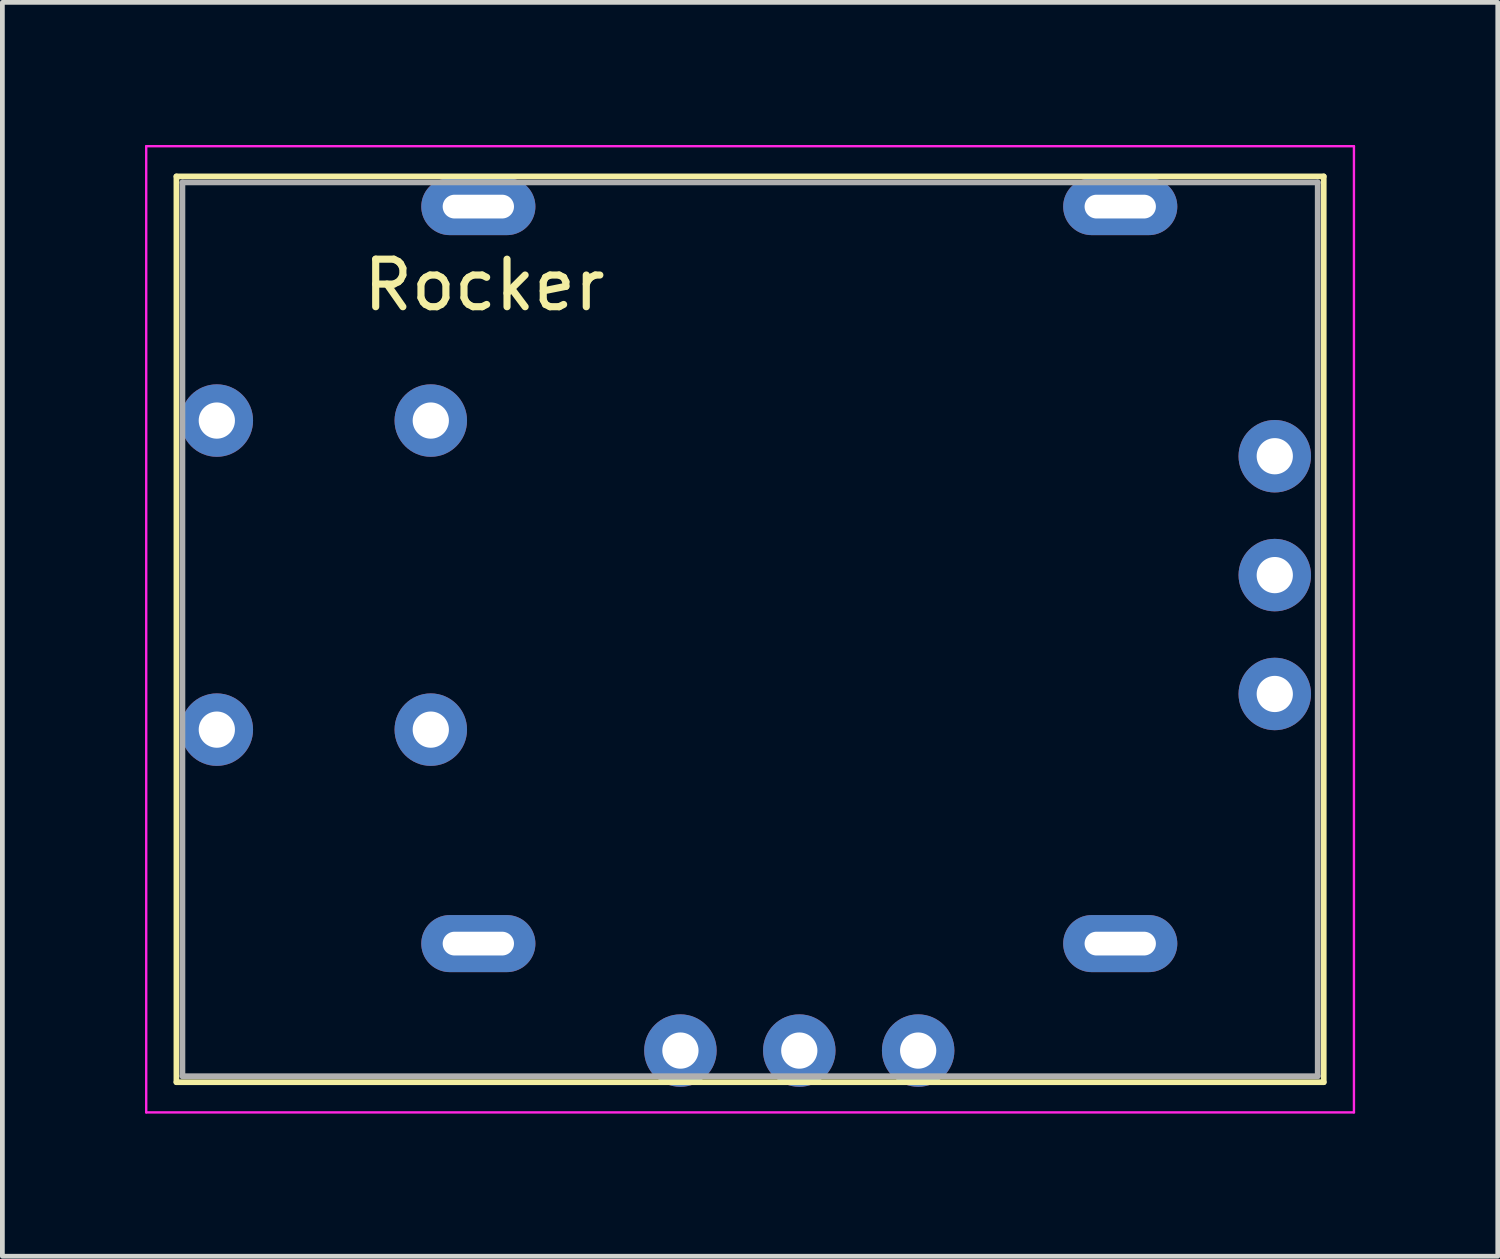
<source format=kicad_pcb>
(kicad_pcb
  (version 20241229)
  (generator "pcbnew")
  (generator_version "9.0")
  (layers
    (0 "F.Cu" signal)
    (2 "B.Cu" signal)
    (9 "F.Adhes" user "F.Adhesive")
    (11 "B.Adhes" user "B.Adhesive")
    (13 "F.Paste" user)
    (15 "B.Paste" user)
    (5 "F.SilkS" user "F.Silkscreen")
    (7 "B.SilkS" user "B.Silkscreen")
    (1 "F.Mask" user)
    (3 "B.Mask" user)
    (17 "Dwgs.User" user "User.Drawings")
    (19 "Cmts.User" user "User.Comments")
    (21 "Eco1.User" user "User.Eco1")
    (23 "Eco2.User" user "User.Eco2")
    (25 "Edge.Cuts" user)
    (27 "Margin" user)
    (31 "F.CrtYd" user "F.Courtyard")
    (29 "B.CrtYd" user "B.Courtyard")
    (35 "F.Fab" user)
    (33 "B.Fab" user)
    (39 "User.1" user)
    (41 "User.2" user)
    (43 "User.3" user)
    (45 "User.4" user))
  (footprint "Rocker"
    (layer "F.Cu")
    (at 7.01 1.295)
    (property "Reference" "Rocker" (at 0.127 1.651 0) (layer "F.SilkS") (effects (font (size 1 1) (thickness 0.15))))
    (attr through_hole)
    (fp_line (start -6.35 -0.635) (end -6.35 18.415) (stroke (width 0.12) (type solid)) (layer "F.SilkS"))
    (fp_line (start -6.35 18.415) (end 17.78 18.415) (stroke (width 0.12) (type solid)) (layer "F.SilkS"))
    (fp_line (start 17.78 -0.635) (end -6.35 -0.635) (stroke (width 0.12) (type solid)) (layer "F.SilkS"))
    (fp_line (start 17.78 18.415) (end 17.78 -0.635) (stroke (width 0.12) (type solid)) (layer "F.SilkS"))
    (fp_line (start -6.985 -1.27) (end 18.415 -1.27) (stroke (width 0.05) (type solid)) (layer "F.CrtYd"))
    (fp_line (start -6.985 19.05) (end -6.985 -1.27) (stroke (width 0.05) (type solid)) (layer "F.CrtYd"))
    (fp_line (start 18.415 -1.27) (end 18.415 19.05) (stroke (width 0.05) (type solid)) (layer "F.CrtYd"))
    (fp_line (start 18.415 19.05) (end -6.985 19.05) (stroke (width 0.05) (type solid)) (layer "F.CrtYd"))
    (fp_line (start -6.223 -0.508) (end -6.223 18.288) (stroke (width 0.12) (type solid)) (layer "F.Fab"))
    (fp_line (start -6.223 18.288) (end 17.653 18.288) (stroke (width 0.12) (type solid)) (layer "F.Fab"))
    (fp_line (start 17.653 -0.508) (end -6.223 -0.508) (stroke (width 0.12) (type solid)) (layer "F.Fab"))
    (fp_line (start 17.653 18.288) (end 17.653 -0.508) (stroke (width 0.12) (type solid)) (layer "F.Fab"))
    (pad "1" thru_hole circle (at 16.75 7.75) (size 1.524 1.524) (drill 0.762) (layers "*.Cu" "*.Mask"))
    (pad "2" thru_hole circle (at 6.75 17.75) (size 1.524 1.524) (drill 0.762) (layers "*.Cu" "*.Mask"))
    (pad "3" thru_hole circle (at -1 4.5) (size 1.524 1.524) (drill 0.762) (layers "*.Cu" "*.Mask"))
    (pad "3" thru_hole circle (at -1 11) (size 1.524 1.524) (drill 0.762) (layers "*.Cu" "*.Mask"))
    (pad "4" thru_hole circle (at -5.5 4.5) (size 1.524 1.524) (drill 0.762) (layers "*.Cu" "*.Mask"))
    (pad "4" thru_hole circle (at -5.5 11) (size 1.524 1.524) (drill 0.762) (layers "*.Cu" "*.Mask"))
    (pad "4" thru_hole oval (at 0 0) (size 2.4 1.2) (drill oval 1.5 0.5) (layers "*.Cu" "*.Mask"))
    (pad "4" thru_hole oval (at 0 15.5) (size 2.4 1.2) (drill oval 1.5 0.5) (layers "*.Cu" "*.Mask"))
    (pad "4" thru_hole circle (at 9.25 17.75) (size 1.524 1.524) (drill 0.762) (layers "*.Cu" "*.Mask"))
    (pad "4" thru_hole oval (at 13.5 0) (size 2.4 1.2) (drill oval 1.5 0.5) (layers "*.Cu" "*.Mask"))
    (pad "4" thru_hole oval (at 13.5 15.5) (size 2.4 1.2) (drill oval 1.5 0.5) (layers "*.Cu" "*.Mask"))
    (pad "4" thru_hole circle (at 16.75 5.25) (size 1.524 1.524) (drill 0.762) (layers "*.Cu" "*.Mask"))
    (pad "5" thru_hole circle (at 4.25 17.75) (size 1.524 1.524) (drill 0.762) (layers "*.Cu" "*.Mask"))
    (pad "5" thru_hole circle (at 16.75 10.25) (size 1.524 1.524) (drill 0.762) (layers "*.Cu" "*.Mask")))
  (gr_rect
    (start -3 -3)
    (end 28.45 23.37)
    (stroke (width 0.1) (type default))
    (fill no)
    (layer "Edge.Cuts")))
</source>
